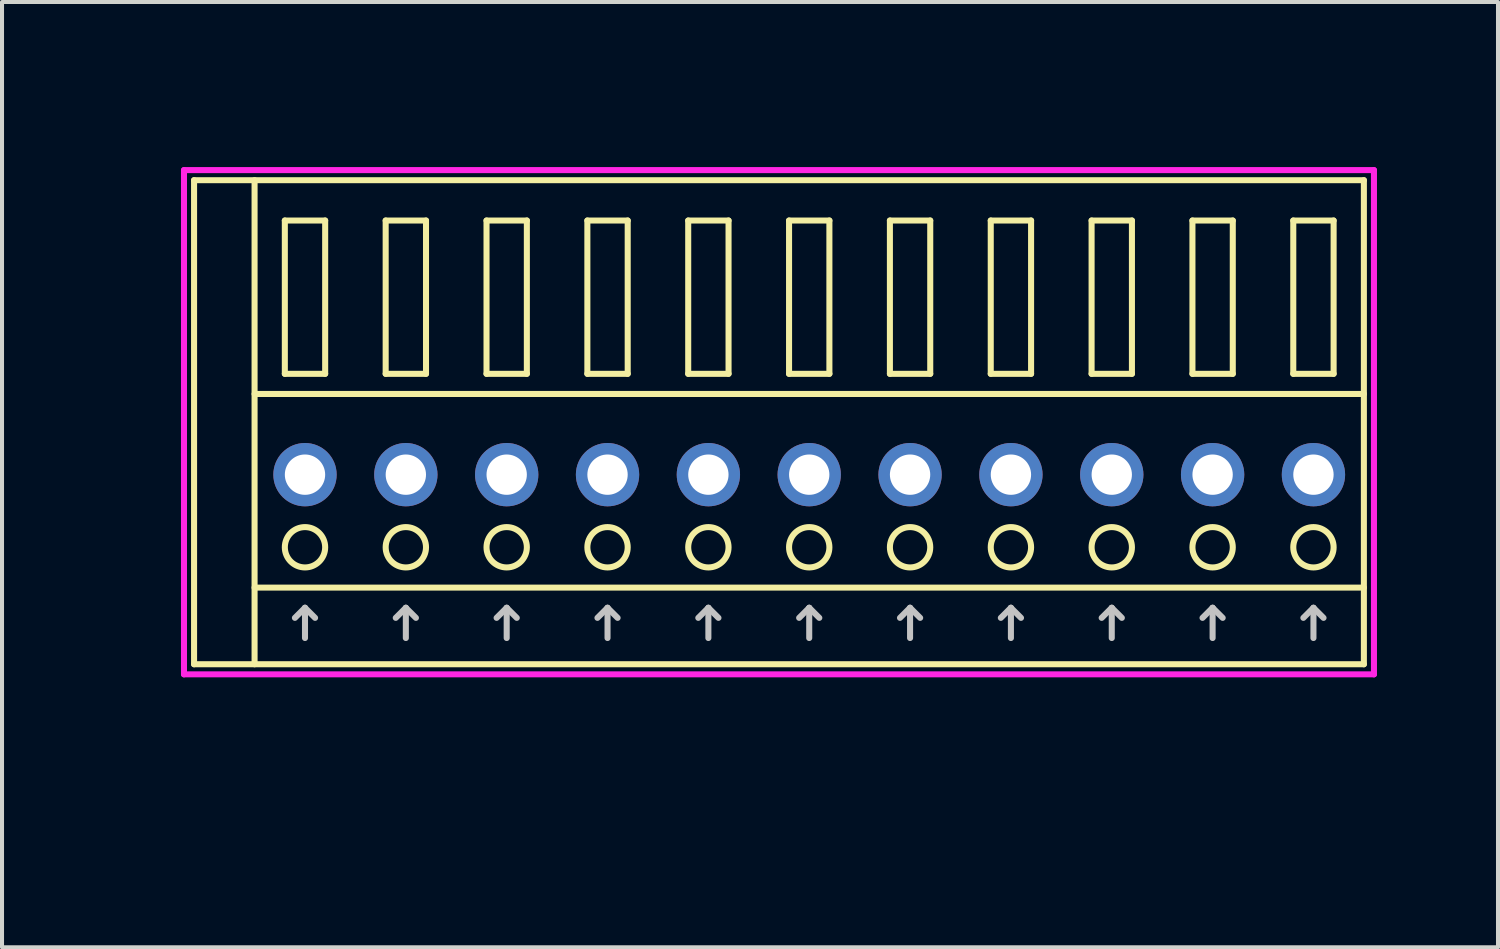
<source format=kicad_pcb>
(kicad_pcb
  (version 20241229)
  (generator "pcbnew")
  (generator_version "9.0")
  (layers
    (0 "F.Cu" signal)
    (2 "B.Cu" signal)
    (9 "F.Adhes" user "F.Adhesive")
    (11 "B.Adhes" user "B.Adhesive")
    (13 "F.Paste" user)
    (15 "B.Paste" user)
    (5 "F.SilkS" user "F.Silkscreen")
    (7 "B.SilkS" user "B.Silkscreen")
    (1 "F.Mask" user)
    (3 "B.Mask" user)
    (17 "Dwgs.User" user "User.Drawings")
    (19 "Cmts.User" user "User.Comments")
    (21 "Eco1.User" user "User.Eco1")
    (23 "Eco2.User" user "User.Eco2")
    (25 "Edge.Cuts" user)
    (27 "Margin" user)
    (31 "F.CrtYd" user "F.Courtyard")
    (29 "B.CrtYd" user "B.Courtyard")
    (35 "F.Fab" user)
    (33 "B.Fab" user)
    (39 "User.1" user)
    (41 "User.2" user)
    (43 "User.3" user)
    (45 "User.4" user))
  (footprint "COMBICON_HDR250P11"
    (layer "F.Cu")
    (at 17.011 8.717)
    (property "Reference" "COMBICON_HDR250P11" (at -16.25 0 90) (layer "User.1") (effects (font (size 1 1) (thickness 0.1))))
    (attr through_hole)
    (fp_line (start -15.25 -7.3) (end -15.25 4.7) (stroke (width 0.15) (type solid)) (layer "F.SilkS"))
    (fp_line (start -15.25 4.7) (end 13.75 4.7) (stroke (width 0.15) (type solid)) (layer "F.SilkS"))
    (fp_line (start -13.75 -2) (end 13.75 -2) (stroke (width 0.15) (type solid)) (layer "F.SilkS"))
    (fp_line (start -13.75 2.8) (end 13.75 2.8) (stroke (width 0.15) (type solid)) (layer "F.SilkS"))
    (fp_line (start -13.75 4.7) (end -13.75 -7.3) (stroke (width 0.15) (type solid)) (layer "F.SilkS"))
    (fp_line (start -13 -6.3) (end -13 -2.5) (stroke (width 0.15) (type solid)) (layer "F.SilkS"))
    (fp_line (start -13 -2.5) (end -12 -2.5) (stroke (width 0.15) (type solid)) (layer "F.SilkS"))
    (fp_line (start -12 -6.3) (end -13 -6.3) (stroke (width 0.15) (type solid)) (layer "F.SilkS"))
    (fp_line (start -12 -2.5) (end -12 -6.3) (stroke (width 0.15) (type solid)) (layer "F.SilkS"))
    (fp_line (start -10.5 -6.3) (end -10.5 -2.5) (stroke (width 0.15) (type solid)) (layer "F.SilkS"))
    (fp_line (start -10.5 -2.5) (end -9.5 -2.5) (stroke (width 0.15) (type solid)) (layer "F.SilkS"))
    (fp_line (start -9.5 -6.3) (end -10.5 -6.3) (stroke (width 0.15) (type solid)) (layer "F.SilkS"))
    (fp_line (start -9.5 -2.5) (end -9.5 -6.3) (stroke (width 0.15) (type solid)) (layer "F.SilkS"))
    (fp_line (start -8 -6.3) (end -8 -2.5) (stroke (width 0.15) (type solid)) (layer "F.SilkS"))
    (fp_line (start -8 -2.5) (end -7 -2.5) (stroke (width 0.15) (type solid)) (layer "F.SilkS"))
    (fp_line (start -7 -6.3) (end -8 -6.3) (stroke (width 0.15) (type solid)) (layer "F.SilkS"))
    (fp_line (start -7 -2.5) (end -7 -6.3) (stroke (width 0.15) (type solid)) (layer "F.SilkS"))
    (fp_line (start -5.5 -6.3) (end -5.5 -2.5) (stroke (width 0.15) (type solid)) (layer "F.SilkS"))
    (fp_line (start -5.5 -2.5) (end -4.5 -2.5) (stroke (width 0.15) (type solid)) (layer "F.SilkS"))
    (fp_line (start -4.5 -6.3) (end -5.5 -6.3) (stroke (width 0.15) (type solid)) (layer "F.SilkS"))
    (fp_line (start -4.5 -2.5) (end -4.5 -6.3) (stroke (width 0.15) (type solid)) (layer "F.SilkS"))
    (fp_line (start -3 -6.3) (end -3 -2.5) (stroke (width 0.15) (type solid)) (layer "F.SilkS"))
    (fp_line (start -3 -2.5) (end -2 -2.5) (stroke (width 0.15) (type solid)) (layer "F.SilkS"))
    (fp_line (start -2 -6.3) (end -3 -6.3) (stroke (width 0.15) (type solid)) (layer "F.SilkS"))
    (fp_line (start -2 -2.5) (end -2 -6.3) (stroke (width 0.15) (type solid)) (layer "F.SilkS"))
    (fp_line (start -0.5 -6.3) (end -0.5 -2.5) (stroke (width 0.15) (type solid)) (layer "F.SilkS"))
    (fp_line (start -0.5 -2.5) (end 0.5 -2.5) (stroke (width 0.15) (type solid)) (layer "F.SilkS"))
    (fp_line (start 0.5 -6.3) (end -0.5 -6.3) (stroke (width 0.15) (type solid)) (layer "F.SilkS"))
    (fp_line (start 0.5 -2.5) (end 0.5 -6.3) (stroke (width 0.15) (type solid)) (layer "F.SilkS"))
    (fp_line (start 2 -6.3) (end 2 -2.5) (stroke (width 0.15) (type solid)) (layer "F.SilkS"))
    (fp_line (start 2 -2.5) (end 3 -2.5) (stroke (width 0.15) (type solid)) (layer "F.SilkS"))
    (fp_line (start 3 -6.3) (end 2 -6.3) (stroke (width 0.15) (type solid)) (layer "F.SilkS"))
    (fp_line (start 3 -2.5) (end 3 -6.3) (stroke (width 0.15) (type solid)) (layer "F.SilkS"))
    (fp_line (start 4.5 -6.3) (end 4.5 -2.5) (stroke (width 0.15) (type solid)) (layer "F.SilkS"))
    (fp_line (start 4.5 -2.5) (end 5.5 -2.5) (stroke (width 0.15) (type solid)) (layer "F.SilkS"))
    (fp_line (start 5.5 -6.3) (end 4.5 -6.3) (stroke (width 0.15) (type solid)) (layer "F.SilkS"))
    (fp_line (start 5.5 -2.5) (end 5.5 -6.3) (stroke (width 0.15) (type solid)) (layer "F.SilkS"))
    (fp_line (start 7 -6.3) (end 7 -2.5) (stroke (width 0.15) (type solid)) (layer "F.SilkS"))
    (fp_line (start 7 -2.5) (end 8 -2.5) (stroke (width 0.15) (type solid)) (layer "F.SilkS"))
    (fp_line (start 8 -6.3) (end 7 -6.3) (stroke (width 0.15) (type solid)) (layer "F.SilkS"))
    (fp_line (start 8 -2.5) (end 8 -6.3) (stroke (width 0.15) (type solid)) (layer "F.SilkS"))
    (fp_line (start 9.5 -6.3) (end 9.5 -2.5) (stroke (width 0.15) (type solid)) (layer "F.SilkS"))
    (fp_line (start 9.5 -2.5) (end 10.5 -2.5) (stroke (width 0.15) (type solid)) (layer "F.SilkS"))
    (fp_line (start 10.5 -6.3) (end 9.5 -6.3) (stroke (width 0.15) (type solid)) (layer "F.SilkS"))
    (fp_line (start 10.5 -2.5) (end 10.5 -6.3) (stroke (width 0.15) (type solid)) (layer "F.SilkS"))
    (fp_line (start 12 -6.3) (end 12 -2.5) (stroke (width 0.15) (type solid)) (layer "F.SilkS"))
    (fp_line (start 12 -2.5) (end 13 -2.5) (stroke (width 0.15) (type solid)) (layer "F.SilkS"))
    (fp_line (start 13 -6.3) (end 12 -6.3) (stroke (width 0.15) (type solid)) (layer "F.SilkS"))
    (fp_line (start 13 -2.5) (end 13 -6.3) (stroke (width 0.15) (type solid)) (layer "F.SilkS"))
    (fp_line (start 13.75 -7.3) (end -15.25 -7.3) (stroke (width 0.15) (type solid)) (layer "F.SilkS"))
    (fp_line (start 13.75 4.7) (end 13.75 -7.3) (stroke (width 0.15) (type solid)) (layer "F.SilkS"))
    (fp_circle (center -12.5 1.8) (end -12 1.8) (stroke (width 0.15) (type solid)) (fill no) (layer "F.SilkS"))
    (fp_circle (center -10 1.8) (end -9.5 1.8) (stroke (width 0.15) (type solid)) (fill no) (layer "F.SilkS"))
    (fp_circle (center -7.5 1.8) (end -7 1.8) (stroke (width 0.15) (type solid)) (fill no) (layer "F.SilkS"))
    (fp_circle (center -5 1.8) (end -4.5 1.8) (stroke (width 0.15) (type solid)) (fill no) (layer "F.SilkS"))
    (fp_circle (center -2.5 1.8) (end -2 1.8) (stroke (width 0.15) (type solid)) (fill no) (layer "F.SilkS"))
    (fp_circle (center 0 1.8) (end 0.5 1.8) (stroke (width 0.15) (type solid)) (fill no) (layer "F.SilkS"))
    (fp_circle (center 2.5 1.8) (end 3 1.8) (stroke (width 0.15) (type solid)) (fill no) (layer "F.SilkS"))
    (fp_circle (center 5 1.8) (end 5.5 1.8) (stroke (width 0.15) (type solid)) (fill no) (layer "F.SilkS"))
    (fp_circle (center 7.5 1.8) (end 8 1.8) (stroke (width 0.15) (type solid)) (fill no) (layer "F.SilkS"))
    (fp_circle (center 10 1.8) (end 10.5 1.8) (stroke (width 0.15) (type solid)) (fill no) (layer "F.SilkS"))
    (fp_circle (center 12.5 1.8) (end 13 1.8) (stroke (width 0.15) (type solid)) (fill no) (layer "F.SilkS"))
    (fp_line (start -12.75 3.55) (end -12.5 3.3) (stroke (width 0.15) (type solid)) (layer "Dwgs.User"))
    (fp_line (start -12.5 4.05) (end -12.5 3.3) (stroke (width 0.15) (type solid)) (layer "Dwgs.User"))
    (fp_line (start -12.25 3.55) (end -12.5 3.3) (stroke (width 0.15) (type solid)) (layer "Dwgs.User"))
    (fp_line (start -10.25 3.55) (end -10 3.3) (stroke (width 0.15) (type solid)) (layer "Dwgs.User"))
    (fp_line (start -10 4.05) (end -10 3.3) (stroke (width 0.15) (type solid)) (layer "Dwgs.User"))
    (fp_line (start -9.75 3.55) (end -10 3.3) (stroke (width 0.15) (type solid)) (layer "Dwgs.User"))
    (fp_line (start -7.75 3.55) (end -7.5 3.3) (stroke (width 0.15) (type solid)) (layer "Dwgs.User"))
    (fp_line (start -7.5 4.05) (end -7.5 3.3) (stroke (width 0.15) (type solid)) (layer "Dwgs.User"))
    (fp_line (start -7.25 3.55) (end -7.5 3.3) (stroke (width 0.15) (type solid)) (layer "Dwgs.User"))
    (fp_line (start -5.25 3.55) (end -5 3.3) (stroke (width 0.15) (type solid)) (layer "Dwgs.User"))
    (fp_line (start -5 4.05) (end -5 3.3) (stroke (width 0.15) (type solid)) (layer "Dwgs.User"))
    (fp_line (start -4.75 3.55) (end -5 3.3) (stroke (width 0.15) (type solid)) (layer "Dwgs.User"))
    (fp_line (start -2.75 3.55) (end -2.5 3.3) (stroke (width 0.15) (type solid)) (layer "Dwgs.User"))
    (fp_line (start -2.5 4.05) (end -2.5 3.3) (stroke (width 0.15) (type solid)) (layer "Dwgs.User"))
    (fp_line (start -2.25 3.55) (end -2.5 3.3) (stroke (width 0.15) (type solid)) (layer "Dwgs.User"))
    (fp_line (start -0.25 3.55) (end 0 3.3) (stroke (width 0.15) (type solid)) (layer "Dwgs.User"))
    (fp_line (start 0 4.05) (end 0 3.3) (stroke (width 0.15) (type solid)) (layer "Dwgs.User"))
    (fp_line (start 0.25 3.55) (end 0 3.3) (stroke (width 0.15) (type solid)) (layer "Dwgs.User"))
    (fp_line (start 2.25 3.55) (end 2.5 3.3) (stroke (width 0.15) (type solid)) (layer "Dwgs.User"))
    (fp_line (start 2.5 4.05) (end 2.5 3.3) (stroke (width 0.15) (type solid)) (layer "Dwgs.User"))
    (fp_line (start 2.75 3.55) (end 2.5 3.3) (stroke (width 0.15) (type solid)) (layer "Dwgs.User"))
    (fp_line (start 4.75 3.55) (end 5 3.3) (stroke (width 0.15) (type solid)) (layer "Dwgs.User"))
    (fp_line (start 5 4.05) (end 5 3.3) (stroke (width 0.15) (type solid)) (layer "Dwgs.User"))
    (fp_line (start 5.25 3.55) (end 5 3.3) (stroke (width 0.15) (type solid)) (layer "Dwgs.User"))
    (fp_line (start 7.25 3.55) (end 7.5 3.3) (stroke (width 0.15) (type solid)) (layer "Dwgs.User"))
    (fp_line (start 7.5 4.05) (end 7.5 3.3) (stroke (width 0.15) (type solid)) (layer "Dwgs.User"))
    (fp_line (start 7.75 3.55) (end 7.5 3.3) (stroke (width 0.15) (type solid)) (layer "Dwgs.User"))
    (fp_line (start 9.75 3.55) (end 10 3.3) (stroke (width 0.15) (type solid)) (layer "Dwgs.User"))
    (fp_line (start 10 4.05) (end 10 3.3) (stroke (width 0.15) (type solid)) (layer "Dwgs.User"))
    (fp_line (start 10.25 3.55) (end 10 3.3) (stroke (width 0.15) (type solid)) (layer "Dwgs.User"))
    (fp_line (start 12.25 3.55) (end 12.5 3.3) (stroke (width 0.15) (type solid)) (layer "Dwgs.User"))
    (fp_line (start 12.5 4.05) (end 12.5 3.3) (stroke (width 0.15) (type solid)) (layer "Dwgs.User"))
    (fp_line (start 12.75 3.55) (end 12.5 3.3) (stroke (width 0.15) (type solid)) (layer "Dwgs.User"))
    (fp_line (start -15.5 -7.55) (end -15.5 4.95) (stroke (width 0.15) (type solid)) (layer "F.CrtYd"))
    (fp_line (start -15.5 4.95) (end 14 4.95) (stroke (width 0.15) (type solid)) (layer "F.CrtYd"))
    (fp_line (start 14 -7.55) (end -15.5 -7.55) (stroke (width 0.15) (type solid)) (layer "F.CrtYd"))
    (fp_line (start 14 4.95) (end 14 -7.55) (stroke (width 0.15) (type solid)) (layer "F.CrtYd"))
    (pad "1" thru_hole oval (at -12.5 0) (size 1.57 1.57) (drill 1) (layers "*.Cu" "*.Mask"))
    (pad "2" thru_hole oval (at -10 0) (size 1.57 1.57) (drill 1) (layers "*.Cu" "*.Mask"))
    (pad "3" thru_hole oval (at -7.5 0) (size 1.57 1.57) (drill 1) (layers "*.Cu" "*.Mask"))
    (pad "4" thru_hole oval (at -5 0) (size 1.57 1.57) (drill 1) (layers "*.Cu" "*.Mask"))
    (pad "5" thru_hole oval (at -2.5 0) (size 1.57 1.57) (drill 1) (layers "*.Cu" "*.Mask"))
    (pad "6" thru_hole oval (at 0 0) (size 1.57 1.57) (drill 1) (layers "*.Cu" "*.Mask"))
    (pad "7" thru_hole oval (at 2.5 0) (size 1.57 1.57) (drill 1) (layers "*.Cu" "*.Mask"))
    (pad "8" thru_hole oval (at 5 0) (size 1.57 1.57) (drill 1) (layers "*.Cu" "*.Mask"))
    (pad "9" thru_hole oval (at 7.5 0) (size 1.57 1.57) (drill 1) (layers "*.Cu" "*.Mask"))
    (pad "10" thru_hole oval (at 10 0) (size 1.57 1.57) (drill 1) (layers "*.Cu" "*.Mask"))
    (pad "11" thru_hole oval (at 12.5 0) (size 1.57 1.57) (drill 1) (layers "*.Cu" "*.Mask")))
  (gr_rect
    (start -3 -3)
    (end 34.086 20.433)
    (stroke (width 0.1) (type default))
    (fill no)
    (layer "Edge.Cuts")))
</source>
